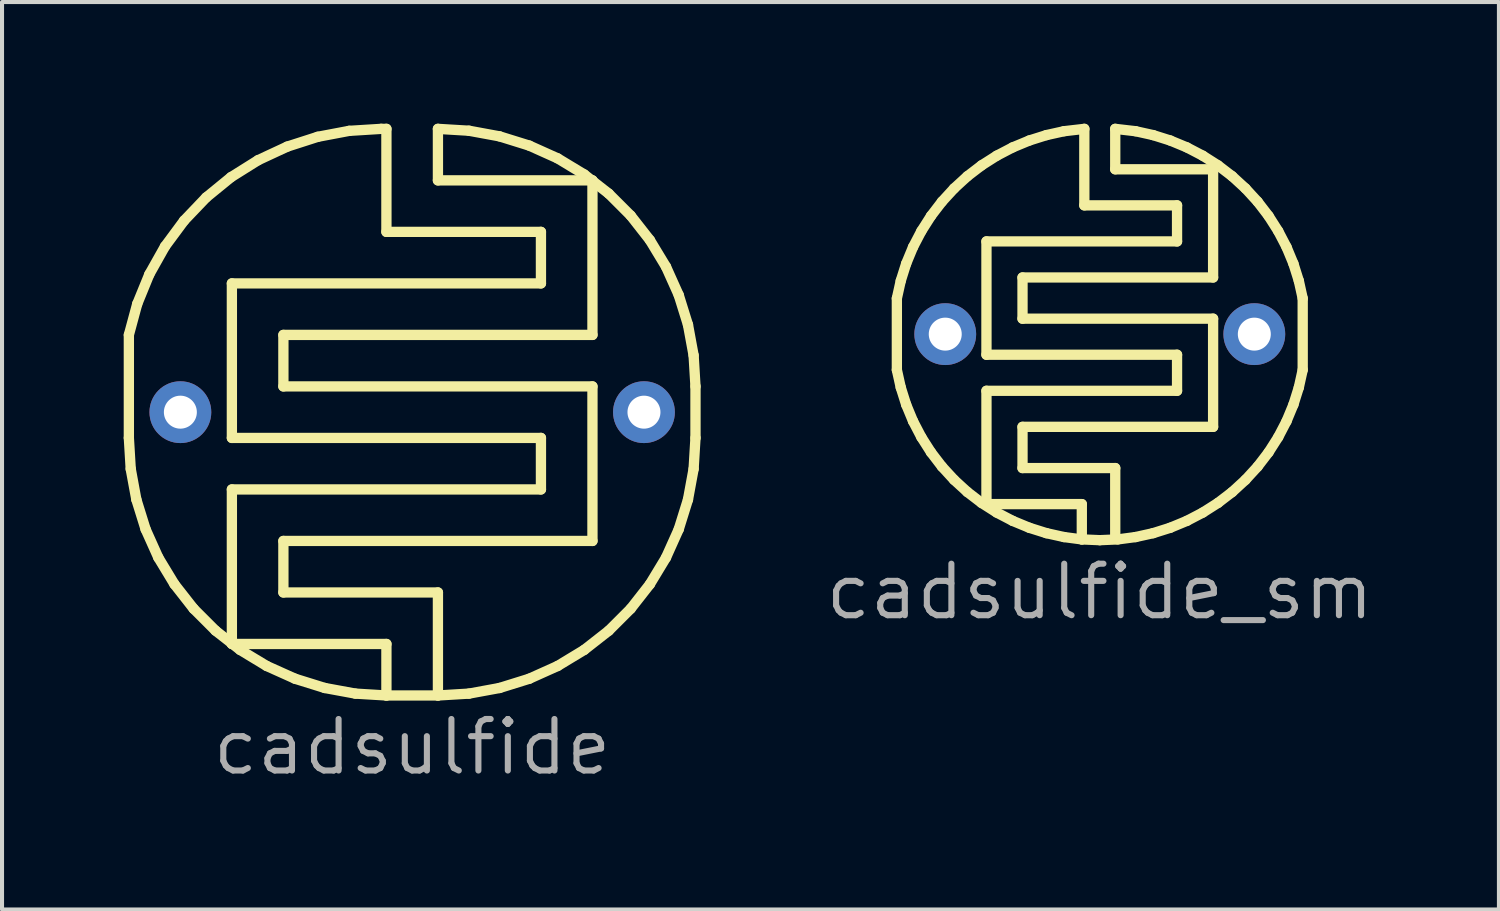
<source format=kicad_pcb>
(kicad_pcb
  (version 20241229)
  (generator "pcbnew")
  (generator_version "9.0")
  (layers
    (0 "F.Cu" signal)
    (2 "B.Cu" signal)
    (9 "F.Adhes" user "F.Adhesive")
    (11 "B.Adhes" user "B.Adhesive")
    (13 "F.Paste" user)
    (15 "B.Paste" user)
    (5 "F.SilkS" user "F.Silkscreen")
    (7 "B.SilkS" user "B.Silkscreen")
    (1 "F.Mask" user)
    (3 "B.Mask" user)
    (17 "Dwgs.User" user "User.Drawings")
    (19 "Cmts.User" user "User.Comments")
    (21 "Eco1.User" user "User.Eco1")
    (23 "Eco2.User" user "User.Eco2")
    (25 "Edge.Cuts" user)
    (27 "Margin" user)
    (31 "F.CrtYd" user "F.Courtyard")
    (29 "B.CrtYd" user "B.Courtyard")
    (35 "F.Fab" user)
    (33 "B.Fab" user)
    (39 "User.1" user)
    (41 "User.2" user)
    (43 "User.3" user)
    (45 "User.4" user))
  (footprint "cadsulfide_sm"
    (layer "F.Cu")
    (at 24.065 5.188)
    (property "Reference" "cadsulfide_sm" (at 0 6.35 0) (layer "F.Fab") (effects (font (size 1.27 1.27) (thickness 0.15))))
    (attr through_hole)
    (fp_line (start -5.003 -0.882) (end -5.003 0.882) (stroke (width 0.254) (type default)) (layer "F.SilkS"))
    (fp_line (start -5.003 0.882) (end -4.907 1.315) (stroke (width 0.254) (type default)) (layer "F.SilkS"))
    (fp_line (start -4.907 -1.315) (end -5.003 -0.882) (stroke (width 0.254) (type default)) (layer "F.SilkS"))
    (fp_line (start -4.907 1.315) (end -4.774 1.737) (stroke (width 0.254) (type default)) (layer "F.SilkS"))
    (fp_line (start -4.774 -1.737) (end -4.907 -1.315) (stroke (width 0.254) (type default)) (layer "F.SilkS"))
    (fp_line (start -4.774 1.737) (end -4.604 2.147) (stroke (width 0.254) (type default)) (layer "F.SilkS"))
    (fp_line (start -4.604 -2.147) (end -4.774 -1.737) (stroke (width 0.254) (type default)) (layer "F.SilkS"))
    (fp_line (start -4.604 2.147) (end -4.399 2.54) (stroke (width 0.254) (type default)) (layer "F.SilkS"))
    (fp_line (start -4.399 -2.54) (end -4.604 -2.147) (stroke (width 0.254) (type default)) (layer "F.SilkS"))
    (fp_line (start -4.399 2.54) (end -4.161 2.914) (stroke (width 0.254) (type default)) (layer "F.SilkS"))
    (fp_line (start -4.161 -2.914) (end -4.399 -2.54) (stroke (width 0.254) (type default)) (layer "F.SilkS"))
    (fp_line (start -4.161 2.914) (end -3.892 3.265) (stroke (width 0.254) (type default)) (layer "F.SilkS"))
    (fp_line (start -3.892 -3.265) (end -4.161 -2.914) (stroke (width 0.254) (type default)) (layer "F.SilkS"))
    (fp_line (start -3.892 3.265) (end -3.592 3.592) (stroke (width 0.254) (type default)) (layer "F.SilkS"))
    (fp_line (start -3.592 -3.592) (end -3.892 -3.265) (stroke (width 0.254) (type default)) (layer "F.SilkS"))
    (fp_line (start -3.592 3.592) (end -3.265 3.892) (stroke (width 0.254) (type default)) (layer "F.SilkS"))
    (fp_line (start -3.265 -3.892) (end -3.592 -3.592) (stroke (width 0.254) (type default)) (layer "F.SilkS"))
    (fp_line (start -3.265 3.892) (end -2.914 4.161) (stroke (width 0.254) (type default)) (layer "F.SilkS"))
    (fp_line (start -2.914 -4.161) (end -3.265 -3.892) (stroke (width 0.254) (type default)) (layer "F.SilkS"))
    (fp_line (start -2.914 4.161) (end -2.54 4.399) (stroke (width 0.254) (type default)) (layer "F.SilkS"))
    (fp_line (start -2.794 -2.286) (end -2.794 0.508) (stroke (width 0.254) (type default)) (layer "F.SilkS"))
    (fp_line (start -2.794 0.508) (end 1.905 0.508) (stroke (width 0.254) (type default)) (layer "F.SilkS"))
    (fp_line (start -2.794 1.397) (end -2.794 4.191) (stroke (width 0.254) (type default)) (layer "F.SilkS"))
    (fp_line (start -2.794 4.191) (end -0.443 4.191) (stroke (width 0.254) (type default)) (layer "F.SilkS"))
    (fp_line (start -2.54 -4.399) (end -2.914 -4.161) (stroke (width 0.254) (type default)) (layer "F.SilkS"))
    (fp_line (start -2.54 4.399) (end -2.147 4.604) (stroke (width 0.254) (type default)) (layer "F.SilkS"))
    (fp_line (start -2.147 -4.604) (end -2.54 -4.399) (stroke (width 0.254) (type default)) (layer "F.SilkS"))
    (fp_line (start -2.147 4.604) (end -1.737 4.774) (stroke (width 0.254) (type default)) (layer "F.SilkS"))
    (fp_line (start -1.905 -1.397) (end -1.905 -0.381) (stroke (width 0.254) (type default)) (layer "F.SilkS"))
    (fp_line (start -1.905 -1.397) (end 2.794 -1.397) (stroke (width 0.254) (type default)) (layer "F.SilkS"))
    (fp_line (start -1.905 -0.381) (end 2.794 -0.381) (stroke (width 0.254) (type default)) (layer "F.SilkS"))
    (fp_line (start -1.905 2.286) (end -1.905 3.302) (stroke (width 0.254) (type default)) (layer "F.SilkS"))
    (fp_line (start -1.905 3.302) (end 0.381 3.302) (stroke (width 0.254) (type default)) (layer "F.SilkS"))
    (fp_line (start -1.737 -4.774) (end -2.147 -4.604) (stroke (width 0.254) (type default)) (layer "F.SilkS"))
    (fp_line (start -1.737 4.774) (end -1.315 4.907) (stroke (width 0.254) (type default)) (layer "F.SilkS"))
    (fp_line (start -1.315 -4.907) (end -1.737 -4.774) (stroke (width 0.254) (type default)) (layer "F.SilkS"))
    (fp_line (start -1.315 4.907) (end -0.882 5.003) (stroke (width 0.254) (type default)) (layer "F.SilkS"))
    (fp_line (start -0.882 -5.003) (end -1.315 -4.907) (stroke (width 0.254) (type default)) (layer "F.SilkS"))
    (fp_line (start -0.882 5.003) (end -0.443 5.061) (stroke (width 0.254) (type default)) (layer "F.SilkS"))
    (fp_line (start -0.443 4.191) (end -0.443 5.061) (stroke (width 0.254) (type default)) (layer "F.SilkS"))
    (fp_line (start -0.443 5.061) (end 0 5.08) (stroke (width 0.254) (type default)) (layer "F.SilkS"))
    (fp_line (start -0.381 -5.061) (end -0.882 -5.003) (stroke (width 0.254) (type default)) (layer "F.SilkS"))
    (fp_line (start -0.381 -3.175) (end -0.381 -5.061) (stroke (width 0.254) (type default)) (layer "F.SilkS"))
    (fp_line (start -0.381 -3.175) (end 1.905 -3.175) (stroke (width 0.254) (type default)) (layer "F.SilkS"))
    (fp_line (start 0 5.08) (end 0.443 5.061) (stroke (width 0.254) (type default)) (layer "F.SilkS"))
    (fp_line (start 0.381 -4.064) (end 0.381 -5.061) (stroke (width 0.254) (type default)) (layer "F.SilkS"))
    (fp_line (start 0.381 -4.064) (end 2.794 -4.064) (stroke (width 0.254) (type default)) (layer "F.SilkS"))
    (fp_line (start 0.381 3.302) (end 0.381 4.953) (stroke (width 0.254) (type default)) (layer "F.SilkS"))
    (fp_line (start 0.443 5.061) (end 0.882 5.003) (stroke (width 0.254) (type default)) (layer "F.SilkS"))
    (fp_line (start 0.882 -5.003) (end 0.381 -5.061) (stroke (width 0.254) (type default)) (layer "F.SilkS"))
    (fp_line (start 0.882 5.003) (end 1.315 4.907) (stroke (width 0.254) (type default)) (layer "F.SilkS"))
    (fp_line (start 1.315 -4.907) (end 0.882 -5.003) (stroke (width 0.254) (type default)) (layer "F.SilkS"))
    (fp_line (start 1.315 4.907) (end 1.737 4.774) (stroke (width 0.254) (type default)) (layer "F.SilkS"))
    (fp_line (start 1.737 -4.774) (end 1.315 -4.907) (stroke (width 0.254) (type default)) (layer "F.SilkS"))
    (fp_line (start 1.737 4.774) (end 2.147 4.604) (stroke (width 0.254) (type default)) (layer "F.SilkS"))
    (fp_line (start 1.905 -3.175) (end 1.905 -2.286) (stroke (width 0.254) (type default)) (layer "F.SilkS"))
    (fp_line (start 1.905 -2.286) (end -2.794 -2.286) (stroke (width 0.254) (type default)) (layer "F.SilkS"))
    (fp_line (start 1.905 0.508) (end 1.905 1.397) (stroke (width 0.254) (type default)) (layer "F.SilkS"))
    (fp_line (start 1.905 1.397) (end -2.794 1.397) (stroke (width 0.254) (type default)) (layer "F.SilkS"))
    (fp_line (start 2.147 -4.604) (end 1.737 -4.774) (stroke (width 0.254) (type default)) (layer "F.SilkS"))
    (fp_line (start 2.147 4.604) (end 2.54 4.399) (stroke (width 0.254) (type default)) (layer "F.SilkS"))
    (fp_line (start 2.54 -4.399) (end 2.147 -4.604) (stroke (width 0.254) (type default)) (layer "F.SilkS"))
    (fp_line (start 2.54 4.399) (end 2.914 4.161) (stroke (width 0.254) (type default)) (layer "F.SilkS"))
    (fp_line (start 2.794 -4.064) (end 2.794 -1.397) (stroke (width 0.254) (type default)) (layer "F.SilkS"))
    (fp_line (start 2.794 -0.381) (end 2.794 2.286) (stroke (width 0.254) (type default)) (layer "F.SilkS"))
    (fp_line (start 2.794 2.286) (end -1.905 2.286) (stroke (width 0.254) (type default)) (layer "F.SilkS"))
    (fp_line (start 2.914 -4.161) (end 2.54 -4.399) (stroke (width 0.254) (type default)) (layer "F.SilkS"))
    (fp_line (start 2.914 4.161) (end 3.265 3.892) (stroke (width 0.254) (type default)) (layer "F.SilkS"))
    (fp_line (start 3.265 -3.892) (end 2.914 -4.161) (stroke (width 0.254) (type default)) (layer "F.SilkS"))
    (fp_line (start 3.265 3.892) (end 3.592 3.592) (stroke (width 0.254) (type default)) (layer "F.SilkS"))
    (fp_line (start 3.592 -3.592) (end 3.265 -3.892) (stroke (width 0.254) (type default)) (layer "F.SilkS"))
    (fp_line (start 3.592 3.592) (end 3.892 3.265) (stroke (width 0.254) (type default)) (layer "F.SilkS"))
    (fp_line (start 3.892 -3.265) (end 3.592 -3.592) (stroke (width 0.254) (type default)) (layer "F.SilkS"))
    (fp_line (start 3.892 3.265) (end 4.161 2.914) (stroke (width 0.254) (type default)) (layer "F.SilkS"))
    (fp_line (start 4.161 -2.914) (end 3.892 -3.265) (stroke (width 0.254) (type default)) (layer "F.SilkS"))
    (fp_line (start 4.161 2.914) (end 4.399 2.54) (stroke (width 0.254) (type default)) (layer "F.SilkS"))
    (fp_line (start 4.399 -2.54) (end 4.161 -2.914) (stroke (width 0.254) (type default)) (layer "F.SilkS"))
    (fp_line (start 4.399 2.54) (end 4.604 2.147) (stroke (width 0.254) (type default)) (layer "F.SilkS"))
    (fp_line (start 4.604 -2.147) (end 4.399 -2.54) (stroke (width 0.254) (type default)) (layer "F.SilkS"))
    (fp_line (start 4.604 2.147) (end 4.774 1.737) (stroke (width 0.254) (type default)) (layer "F.SilkS"))
    (fp_line (start 4.774 -1.737) (end 4.604 -2.147) (stroke (width 0.254) (type default)) (layer "F.SilkS"))
    (fp_line (start 4.774 1.737) (end 4.907 1.315) (stroke (width 0.254) (type default)) (layer "F.SilkS"))
    (fp_line (start 4.907 -1.315) (end 4.774 -1.737) (stroke (width 0.254) (type default)) (layer "F.SilkS"))
    (fp_line (start 4.907 1.315) (end 5.003 0.882) (stroke (width 0.254) (type default)) (layer "F.SilkS"))
    (fp_line (start 5.003 -0.882) (end 4.907 -1.315) (stroke (width 0.254) (type default)) (layer "F.SilkS"))
    (fp_line (start 5.003 -0.882) (end 5.003 0.882) (stroke (width 0.254) (type default)) (layer "F.SilkS"))
    (pad "1" thru_hole circle (at 3.81 0) (size 1.524 1.524) (drill 0.813) (layers "*.Cu" "*.Mask"))
    (pad "2" thru_hole circle (at -3.81 0) (size 1.524 1.524) (drill 0.813) (layers "*.Cu" "*.Mask")))
  (footprint "cadsulfide"
    (layer "F.Cu")
    (at 7.112 7.112)
    (property "Reference" "cadsulfide" (at 0 8.255 0) (layer "F.Fab") (effects (font (size 1.27 1.27) (thickness 0.15))))
    (attr through_hole)
    (fp_line (start -6.985 -1.905) (end -6.985 0.635) (stroke (width 0.254) (type default)) (layer "F.SilkS"))
    (fp_line (start -6.985 -1.905) (end -6.779 -2.668) (stroke (width 0.254) (type default)) (layer "F.SilkS"))
    (fp_line (start -6.985 0.635) (end -6.939 1.4) (stroke (width 0.254) (type default)) (layer "F.SilkS"))
    (fp_line (start -6.939 1.4) (end -6.8 2.155) (stroke (width 0.254) (type default)) (layer "F.SilkS"))
    (fp_line (start -6.8 2.155) (end -6.572 2.887) (stroke (width 0.254) (type default)) (layer "F.SilkS"))
    (fp_line (start -6.779 -2.668) (end -6.48 -3.399) (stroke (width 0.254) (type default)) (layer "F.SilkS"))
    (fp_line (start -6.572 2.887) (end -6.258 3.586) (stroke (width 0.254) (type default)) (layer "F.SilkS"))
    (fp_line (start -6.48 -3.399) (end -6.093 -4.088) (stroke (width 0.254) (type default)) (layer "F.SilkS"))
    (fp_line (start -6.258 3.586) (end -5.861 4.242) (stroke (width 0.254) (type default)) (layer "F.SilkS"))
    (fp_line (start -6.093 -4.088) (end -5.623 -4.723) (stroke (width 0.254) (type default)) (layer "F.SilkS"))
    (fp_line (start -5.861 4.242) (end -5.388 4.846) (stroke (width 0.254) (type default)) (layer "F.SilkS"))
    (fp_line (start -5.623 -4.723) (end -5.078 -5.294) (stroke (width 0.254) (type default)) (layer "F.SilkS"))
    (fp_line (start -5.388 4.846) (end -4.846 5.388) (stroke (width 0.254) (type default)) (layer "F.SilkS"))
    (fp_line (start -5.078 -5.294) (end -4.466 -5.794) (stroke (width 0.254) (type default)) (layer "F.SilkS"))
    (fp_line (start -4.846 5.388) (end -4.242 5.861) (stroke (width 0.254) (type default)) (layer "F.SilkS"))
    (fp_line (start -4.466 -5.794) (end -3.796 -6.214) (stroke (width 0.254) (type default)) (layer "F.SilkS"))
    (fp_line (start -4.445 -3.175) (end -4.445 0.635) (stroke (width 0.254) (type default)) (layer "F.SilkS"))
    (fp_line (start -4.445 0.635) (end 3.175 0.635) (stroke (width 0.254) (type default)) (layer "F.SilkS"))
    (fp_line (start -4.445 1.905) (end -4.445 5.715) (stroke (width 0.254) (type default)) (layer "F.SilkS"))
    (fp_line (start -4.445 5.715) (end -0.635 5.715) (stroke (width 0.254) (type default)) (layer "F.SilkS"))
    (fp_line (start -4.242 5.861) (end -3.586 6.258) (stroke (width 0.254) (type default)) (layer "F.SilkS"))
    (fp_line (start -3.796 -6.214) (end -3.08 -6.547) (stroke (width 0.254) (type default)) (layer "F.SilkS"))
    (fp_line (start -3.586 6.258) (end -2.887 6.572) (stroke (width 0.254) (type default)) (layer "F.SilkS"))
    (fp_line (start -3.175 -1.905) (end -3.175 -0.635) (stroke (width 0.254) (type default)) (layer "F.SilkS"))
    (fp_line (start -3.175 -0.635) (end 4.445 -0.635) (stroke (width 0.254) (type default)) (layer "F.SilkS"))
    (fp_line (start -3.175 3.175) (end -3.175 4.445) (stroke (width 0.254) (type default)) (layer "F.SilkS"))
    (fp_line (start -3.175 4.445) (end 0.635 4.445) (stroke (width 0.254) (type default)) (layer "F.SilkS"))
    (fp_line (start -3.08 -6.547) (end -2.328 -6.789) (stroke (width 0.254) (type default)) (layer "F.SilkS"))
    (fp_line (start -2.887 6.572) (end -2.155 6.8) (stroke (width 0.254) (type default)) (layer "F.SilkS"))
    (fp_line (start -2.328 -6.789) (end -1.552 -6.936) (stroke (width 0.254) (type default)) (layer "F.SilkS"))
    (fp_line (start -2.155 6.8) (end -1.4 6.939) (stroke (width 0.254) (type default)) (layer "F.SilkS"))
    (fp_line (start -1.552 -6.936) (end -0.763 -6.985) (stroke (width 0.254) (type default)) (layer "F.SilkS"))
    (fp_line (start -1.4 6.939) (end -0.635 6.985) (stroke (width 0.254) (type default)) (layer "F.SilkS"))
    (fp_line (start -0.763 -6.985) (end -0.635 -6.985) (stroke (width 0.254) (type default)) (layer "F.SilkS"))
    (fp_line (start -0.635 -6.985) (end -0.635 -4.445) (stroke (width 0.254) (type default)) (layer "F.SilkS"))
    (fp_line (start -0.635 -4.445) (end 3.175 -4.445) (stroke (width 0.254) (type default)) (layer "F.SilkS"))
    (fp_line (start -0.635 5.715) (end -0.635 6.985) (stroke (width 0.254) (type default)) (layer "F.SilkS"))
    (fp_line (start -0.635 6.985) (end 0.635 6.985) (stroke (width 0.254) (type default)) (layer "F.SilkS"))
    (fp_line (start 0.635 -6.985) (end 0.635 -5.715) (stroke (width 0.254) (type default)) (layer "F.SilkS"))
    (fp_line (start 0.635 -5.715) (end 4.445 -5.715) (stroke (width 0.254) (type default)) (layer "F.SilkS"))
    (fp_line (start 0.635 4.445) (end 0.635 6.985) (stroke (width 0.254) (type default)) (layer "F.SilkS"))
    (fp_line (start 0.635 6.985) (end 1.4 6.939) (stroke (width 0.254) (type default)) (layer "F.SilkS"))
    (fp_line (start 1.4 -6.939) (end 0.635 -6.985) (stroke (width 0.254) (type default)) (layer "F.SilkS"))
    (fp_line (start 1.4 6.939) (end 2.155 6.8) (stroke (width 0.254) (type default)) (layer "F.SilkS"))
    (fp_line (start 2.155 -6.8) (end 1.4 -6.939) (stroke (width 0.254) (type default)) (layer "F.SilkS"))
    (fp_line (start 2.155 6.8) (end 2.887 6.572) (stroke (width 0.254) (type default)) (layer "F.SilkS"))
    (fp_line (start 2.887 -6.572) (end 2.155 -6.8) (stroke (width 0.254) (type default)) (layer "F.SilkS"))
    (fp_line (start 2.887 6.572) (end 3.586 6.258) (stroke (width 0.254) (type default)) (layer "F.SilkS"))
    (fp_line (start 3.175 -4.445) (end 3.175 -3.175) (stroke (width 0.254) (type default)) (layer "F.SilkS"))
    (fp_line (start 3.175 -3.175) (end -4.445 -3.175) (stroke (width 0.254) (type default)) (layer "F.SilkS"))
    (fp_line (start 3.175 0.635) (end 3.175 1.905) (stroke (width 0.254) (type default)) (layer "F.SilkS"))
    (fp_line (start 3.175 1.905) (end -4.445 1.905) (stroke (width 0.254) (type default)) (layer "F.SilkS"))
    (fp_line (start 3.586 -6.258) (end 2.887 -6.572) (stroke (width 0.254) (type default)) (layer "F.SilkS"))
    (fp_line (start 3.586 6.258) (end 4.242 5.861) (stroke (width 0.254) (type default)) (layer "F.SilkS"))
    (fp_line (start 4.242 -5.861) (end 3.586 -6.258) (stroke (width 0.254) (type default)) (layer "F.SilkS"))
    (fp_line (start 4.242 5.861) (end 4.846 5.388) (stroke (width 0.254) (type default)) (layer "F.SilkS"))
    (fp_line (start 4.445 -5.715) (end 4.445 -1.905) (stroke (width 0.254) (type default)) (layer "F.SilkS"))
    (fp_line (start 4.445 -1.905) (end -3.175 -1.905) (stroke (width 0.254) (type default)) (layer "F.SilkS"))
    (fp_line (start 4.445 -0.635) (end 4.445 3.175) (stroke (width 0.254) (type default)) (layer "F.SilkS"))
    (fp_line (start 4.445 3.175) (end -3.175 3.175) (stroke (width 0.254) (type default)) (layer "F.SilkS"))
    (fp_line (start 4.846 -5.388) (end 4.242 -5.861) (stroke (width 0.254) (type default)) (layer "F.SilkS"))
    (fp_line (start 4.846 5.388) (end 5.388 4.846) (stroke (width 0.254) (type default)) (layer "F.SilkS"))
    (fp_line (start 5.388 -4.846) (end 4.846 -5.388) (stroke (width 0.254) (type default)) (layer "F.SilkS"))
    (fp_line (start 5.388 4.846) (end 5.861 4.242) (stroke (width 0.254) (type default)) (layer "F.SilkS"))
    (fp_line (start 5.861 -4.242) (end 5.388 -4.846) (stroke (width 0.254) (type default)) (layer "F.SilkS"))
    (fp_line (start 5.861 4.242) (end 6.258 3.586) (stroke (width 0.254) (type default)) (layer "F.SilkS"))
    (fp_line (start 6.258 -3.586) (end 5.861 -4.242) (stroke (width 0.254) (type default)) (layer "F.SilkS"))
    (fp_line (start 6.258 3.586) (end 6.572 2.887) (stroke (width 0.254) (type default)) (layer "F.SilkS"))
    (fp_line (start 6.572 -2.887) (end 6.258 -3.586) (stroke (width 0.254) (type default)) (layer "F.SilkS"))
    (fp_line (start 6.572 2.887) (end 6.8 2.155) (stroke (width 0.254) (type default)) (layer "F.SilkS"))
    (fp_line (start 6.8 -2.155) (end 6.572 -2.887) (stroke (width 0.254) (type default)) (layer "F.SilkS"))
    (fp_line (start 6.8 2.155) (end 6.939 1.4) (stroke (width 0.254) (type default)) (layer "F.SilkS"))
    (fp_line (start 6.939 -1.4) (end 6.8 -2.155) (stroke (width 0.254) (type default)) (layer "F.SilkS"))
    (fp_line (start 6.939 1.4) (end 6.985 0.635) (stroke (width 0.254) (type default)) (layer "F.SilkS"))
    (fp_line (start 6.985 -0.635) (end 6.939 -1.4) (stroke (width 0.254) (type default)) (layer "F.SilkS"))
    (fp_line (start 6.985 0.635) (end 6.985 -0.635) (stroke (width 0.254) (type default)) (layer "F.SilkS"))
    (pad "1" thru_hole circle (at 5.715 0) (size 1.524 1.524) (drill 0.813) (layers "*.Cu" "*.Mask"))
    (pad "2" thru_hole circle (at -5.715 0) (size 1.524 1.524) (drill 0.813) (layers "*.Cu" "*.Mask")))
  (gr_rect
    (start -3 -3)
    (end 33.906 19.373)
    (stroke (width 0.1) (type default))
    (fill no)
    (layer "Edge.Cuts")))
</source>
